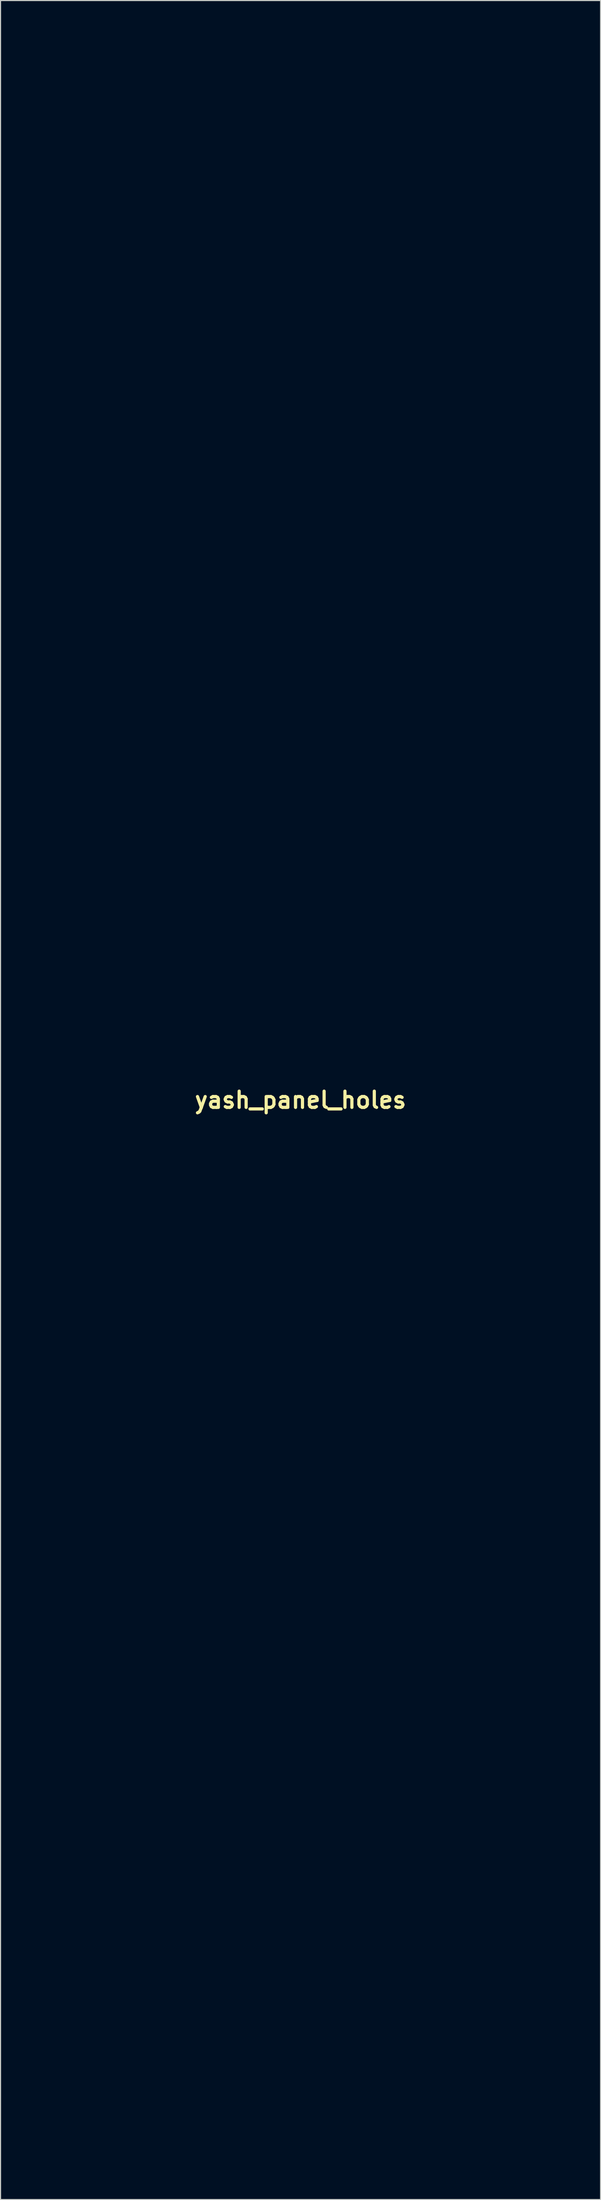
<source format=kicad_pcb>
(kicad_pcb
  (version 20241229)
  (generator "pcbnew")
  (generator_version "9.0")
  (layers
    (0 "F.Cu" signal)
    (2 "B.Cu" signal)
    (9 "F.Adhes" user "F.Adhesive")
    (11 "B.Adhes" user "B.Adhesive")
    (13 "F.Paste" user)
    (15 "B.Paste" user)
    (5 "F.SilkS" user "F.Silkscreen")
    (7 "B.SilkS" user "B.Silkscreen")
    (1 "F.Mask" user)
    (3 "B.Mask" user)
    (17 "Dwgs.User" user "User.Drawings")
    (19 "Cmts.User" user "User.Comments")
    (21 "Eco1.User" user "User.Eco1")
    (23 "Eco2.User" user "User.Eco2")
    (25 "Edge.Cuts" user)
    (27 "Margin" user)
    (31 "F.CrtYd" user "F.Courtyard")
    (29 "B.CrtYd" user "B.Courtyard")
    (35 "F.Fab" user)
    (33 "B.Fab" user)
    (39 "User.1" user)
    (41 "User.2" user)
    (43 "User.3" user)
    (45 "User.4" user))
  (footprint "yash_panel_holes"
    (layer "F.Cu")
    (at 25.2 100.247)
    (property "Reference" "yash_panel_holes" (at 0 0 0) (layer "F.SilkS") (effects (font (size 1.524 1.524) (thickness 0.3))))
    (attr board_only exclude_from_pos_files exclude_from_bom)
    (fp_poly (pts (xy 25.15 100.197) (xy -25.15 100.197) (xy -25.15 99.922) (xy -24.874 99.922) (xy 24.874 99.922) (xy 24.874 -99.922) (xy -24.874 -99.922) (xy -24.874 99.922) (xy -25.15 99.922) (xy -25.15 -100.197) (xy 25.15 -100.197)) (stroke (width 0.1) (type solid)) (fill no) (layer "Eco1.User"))
    (fp_poly (pts (xy 0.45 67.615) (xy 0.779 67.7) (xy 1.094 67.828) (xy 1.39 67.996) (xy 1.662 68.203) (xy 1.904 68.447) (xy 2.045 68.626) (xy 2.144 68.782) (xy 2.242 68.969) (xy 2.331 69.167) (xy 2.403 69.359) (xy 2.43 69.449) (xy 2.471 69.651) (xy 2.494 69.881) (xy 2.501 70.122) (xy 2.49 70.354) (xy 2.461 70.561) (xy 2.461 70.564) (xy 2.366 70.904) (xy 2.23 71.22) (xy 2.056 71.509) (xy 1.849 71.769) (xy 1.61 71.999) (xy 1.345 72.194) (xy 1.057 72.353) (xy 0.748 72.473) (xy 0.424 72.551) (xy 0.087 72.586) (xy -0.259 72.574) (xy -0.389 72.557) (xy -0.727 72.48) (xy -1.045 72.358) (xy -1.342 72.196) (xy -1.613 71.995) (xy -1.855 71.761) (xy -2.065 71.495) (xy -2.239 71.201) (xy -2.373 70.883) (xy -2.46 70.567) (xy -2.49 70.359) (xy -2.499 70.163) (xy -1.002 70.163) (xy -0.125 70.163) (xy -0.125 71.065) (xy 0.125 71.065) (xy 0.125 70.163) (xy 1.002 70.163) (xy 1.002 69.913) (xy 0.125 69.913) (xy 0.125 69.086) (xy -0.125 69.086) (xy -0.125 69.913) (xy -1.002 69.913) (xy -1.002 70.163) (xy -2.499 70.163) (xy -2.501 70.125) (xy -2.495 69.882) (xy -2.471 69.651) (xy -2.43 69.449) (xy -2.316 69.117) (xy -2.16 68.808) (xy -1.965 68.527) (xy -1.737 68.276) (xy -1.477 68.058) (xy -1.19 67.877) (xy -0.88 67.735) (xy -0.55 67.635) (xy -0.232 67.584) (xy 0.111 67.576)) (stroke (width 0.1) (type solid)) (fill no) (layer "Eco1.User"))
    (fp_poly (pts (xy -20.43 95.458) (xy -20.164 95.46) (xy -19.907 95.462) (xy -19.665 95.465) (xy -19.442 95.469) (xy -19.245 95.474) (xy -19.078 95.48) (xy -18.947 95.487) (xy -18.857 95.495) (xy -18.824 95.501) (xy -18.595 95.577) (xy -18.387 95.688) (xy -18.19 95.838) (xy -18.085 95.937) (xy -17.9 96.149) (xy -17.763 96.37) (xy -17.671 96.605) (xy -17.621 96.86) (xy -17.61 97.067) (xy -17.634 97.34) (xy -17.703 97.601) (xy -17.814 97.844) (xy -17.964 98.065) (xy -18.149 98.258) (xy -18.364 98.421) (xy -18.606 98.546) (xy -18.827 98.62) (xy -18.868 98.63) (xy -18.911 98.638) (xy -18.958 98.646) (xy -19.015 98.652) (xy -19.085 98.656) (xy -19.172 98.66) (xy -19.281 98.663) (xy -19.415 98.665) (xy -19.578 98.667) (xy -19.776 98.668) (xy -20.011 98.668) (xy -20.288 98.668) (xy -20.61 98.668) (xy -20.626 98.668) (xy -20.951 98.667) (xy -21.231 98.667) (xy -21.468 98.666) (xy -21.667 98.665) (xy -21.833 98.663) (xy -21.968 98.661) (xy -22.078 98.658) (xy -22.166 98.654) (xy -22.236 98.649) (xy -22.293 98.643) (xy -22.34 98.635) (xy -22.381 98.627) (xy -22.414 98.619) (xy -22.676 98.525) (xy -22.915 98.389) (xy -23.127 98.216) (xy -23.307 98.01) (xy -23.451 97.777) (xy -23.554 97.519) (xy -23.585 97.401) (xy -23.618 97.144) (xy -23.607 96.878) (xy -23.555 96.615) (xy -23.463 96.366) (xy -23.358 96.178) (xy -23.201 95.982) (xy -23.006 95.807) (xy -22.786 95.66) (xy -22.551 95.549) (xy -22.403 95.502) (xy -22.342 95.493) (xy -22.237 95.486) (xy -22.092 95.479) (xy -21.914 95.473) (xy -21.707 95.468) (xy -21.476 95.464) (xy -21.228 95.461) (xy -20.967 95.459) (xy -20.699 95.458)) (stroke (width 0.1) (type solid)) (fill no) (layer "Eco1.User"))
    (fp_poly (pts (xy 20.797 95.459) (xy 21.063 95.46) (xy 21.319 95.462) (xy 21.562 95.465) (xy 21.784 95.47) (xy 21.982 95.475) (xy 22.149 95.481) (xy 22.28 95.488) (xy 22.37 95.496) (xy 22.403 95.502) (xy 22.661 95.592) (xy 22.895 95.723) (xy 23.103 95.888) (xy 23.279 96.082) (xy 23.423 96.302) (xy 23.53 96.541) (xy 23.597 96.795) (xy 23.622 97.058) (xy 23.6 97.326) (xy 23.585 97.401) (xy 23.501 97.668) (xy 23.374 97.913) (xy 23.209 98.131) (xy 23.01 98.319) (xy 22.781 98.471) (xy 22.527 98.583) (xy 22.404 98.62) (xy 22.363 98.63) (xy 22.32 98.638) (xy 22.273 98.646) (xy 22.216 98.652) (xy 22.147 98.656) (xy 22.059 98.66) (xy 21.951 98.663) (xy 21.817 98.665) (xy 21.653 98.667) (xy 21.455 98.668) (xy 21.22 98.668) (xy 20.944 98.668) (xy 20.621 98.668) (xy 20.605 98.668) (xy 20.28 98.667) (xy 20 98.667) (xy 19.763 98.666) (xy 19.564 98.665) (xy 19.398 98.663) (xy 19.263 98.661) (xy 19.153 98.658) (xy 19.065 98.654) (xy 18.995 98.649) (xy 18.938 98.643) (xy 18.892 98.635) (xy 18.85 98.627) (xy 18.817 98.619) (xy 18.55 98.523) (xy 18.307 98.386) (xy 18.092 98.208) (xy 17.908 97.993) (xy 17.761 97.748) (xy 17.669 97.512) (xy 17.62 97.258) (xy 17.61 97.066) (xy 17.63 96.792) (xy 17.69 96.543) (xy 17.794 96.312) (xy 17.944 96.093) (xy 18.085 95.937) (xy 18.281 95.763) (xy 18.481 95.632) (xy 18.698 95.538) (xy 18.824 95.501) (xy 18.884 95.492) (xy 18.989 95.484) (xy 19.134 95.478) (xy 19.313 95.472) (xy 19.52 95.467) (xy 19.75 95.463) (xy 19.999 95.461) (xy 20.259 95.459) (xy 20.527 95.458)) (stroke (width 0.1) (type solid)) (fill no) (layer "Eco1.User"))
    (fp_poly (pts (xy -20.292 -98.669) (xy -20.014 -98.669) (xy -19.778 -98.668) (xy -19.58 -98.667) (xy -19.416 -98.666) (xy -19.281 -98.663) (xy -19.172 -98.66) (xy -19.085 -98.656) (xy -19.014 -98.652) (xy -18.958 -98.645) (xy -18.91 -98.638) (xy -18.868 -98.63) (xy -18.827 -98.62) (xy -18.562 -98.528) (xy -18.322 -98.395) (xy -18.111 -98.228) (xy -17.932 -98.029) (xy -17.789 -97.803) (xy -17.686 -97.556) (xy -17.625 -97.291) (xy -17.61 -97.067) (xy -17.631 -96.787) (xy -17.695 -96.531) (xy -17.803 -96.295) (xy -17.958 -96.074) (xy -18.073 -95.949) (xy -18.26 -95.779) (xy -18.449 -95.652) (xy -18.651 -95.558) (xy -18.786 -95.515) (xy -18.825 -95.504) (xy -18.864 -95.496) (xy -18.907 -95.488) (xy -18.958 -95.482) (xy -19.022 -95.477) (xy -19.101 -95.473) (xy -19.2 -95.47) (xy -19.324 -95.467) (xy -19.475 -95.466) (xy -19.659 -95.465) (xy -19.878 -95.464) (xy -20.137 -95.464) (xy -20.441 -95.465) (xy -20.628 -95.465) (xy -20.959 -95.465) (xy -21.244 -95.466) (xy -21.487 -95.467) (xy -21.692 -95.468) (xy -21.862 -95.47) (xy -22.001 -95.472) (xy -22.114 -95.475) (xy -22.203 -95.479) (xy -22.274 -95.484) (xy -22.33 -95.49) (xy -22.375 -95.497) (xy -22.413 -95.505) (xy -22.439 -95.512) (xy -22.663 -95.592) (xy -22.863 -95.701) (xy -23.052 -95.847) (xy -23.136 -95.926) (xy -23.322 -96.138) (xy -23.46 -96.361) (xy -23.554 -96.603) (xy -23.606 -96.867) (xy -23.614 -96.968) (xy -23.607 -97.248) (xy -23.553 -97.516) (xy -23.457 -97.766) (xy -23.321 -97.996) (xy -23.148 -98.199) (xy -22.943 -98.372) (xy -22.707 -98.51) (xy -22.446 -98.609) (xy -22.404 -98.62) (xy -22.362 -98.63) (xy -22.32 -98.638) (xy -22.272 -98.646) (xy -22.215 -98.652) (xy -22.144 -98.657) (xy -22.056 -98.66) (xy -21.947 -98.663) (xy -21.811 -98.666) (xy -21.646 -98.667) (xy -21.447 -98.668) (xy -21.21 -98.669) (xy -20.931 -98.669) (xy -20.616 -98.669)) (stroke (width 0.1) (type solid)) (fill no) (layer "Eco1.User"))
    (fp_poly (pts (xy 20.939 -98.669) (xy 21.217 -98.669) (xy 21.453 -98.668) (xy 21.651 -98.667) (xy 21.815 -98.666) (xy 21.95 -98.663) (xy 22.059 -98.66) (xy 22.147 -98.656) (xy 22.217 -98.652) (xy 22.274 -98.645) (xy 22.321 -98.638) (xy 22.364 -98.63) (xy 22.404 -98.62) (xy 22.668 -98.527) (xy 22.909 -98.393) (xy 23.122 -98.221) (xy 23.303 -98.017) (xy 23.448 -97.783) (xy 23.552 -97.526) (xy 23.585 -97.402) (xy 23.619 -97.137) (xy 23.607 -96.872) (xy 23.551 -96.613) (xy 23.455 -96.366) (xy 23.321 -96.137) (xy 23.152 -95.933) (xy 22.952 -95.759) (xy 22.739 -95.63) (xy 22.674 -95.598) (xy 22.615 -95.571) (xy 22.558 -95.548) (xy 22.498 -95.528) (xy 22.432 -95.512) (xy 22.356 -95.498) (xy 22.264 -95.488) (xy 22.155 -95.48) (xy 22.022 -95.474) (xy 21.863 -95.469) (xy 21.674 -95.467) (xy 21.45 -95.465) (xy 21.187 -95.465) (xy 20.881 -95.464) (xy 20.591 -95.465) (xy 20.264 -95.465) (xy 19.983 -95.465) (xy 19.744 -95.466) (xy 19.543 -95.467) (xy 19.377 -95.468) (xy 19.24 -95.47) (xy 19.13 -95.473) (xy 19.042 -95.477) (xy 18.972 -95.481) (xy 18.916 -95.487) (xy 18.871 -95.494) (xy 18.832 -95.502) (xy 18.794 -95.512) (xy 18.762 -95.521) (xy 18.56 -95.595) (xy 18.38 -95.693) (xy 18.208 -95.823) (xy 18.073 -95.949) (xy 17.889 -96.163) (xy 17.753 -96.39) (xy 17.663 -96.634) (xy 17.618 -96.899) (xy 17.61 -97.066) (xy 17.615 -97.191) (xy 17.628 -97.32) (xy 17.646 -97.429) (xy 17.648 -97.437) (xy 17.733 -97.694) (xy 17.862 -97.93) (xy 18.029 -98.143) (xy 18.229 -98.326) (xy 18.457 -98.475) (xy 18.71 -98.585) (xy 18.827 -98.62) (xy 18.869 -98.63) (xy 18.911 -98.638) (xy 18.959 -98.646) (xy 19.016 -98.652) (xy 19.087 -98.657) (xy 19.175 -98.66) (xy 19.284 -98.663) (xy 19.42 -98.666) (xy 19.585 -98.667) (xy 19.784 -98.668) (xy 20.021 -98.669) (xy 20.3 -98.669) (xy 20.616 -98.669)) (stroke (width 0.1) (type solid)) (fill no) (layer "Eco1.User"))
    (fp_poly (pts (xy -12.194 70.05) (xy -11.725 70.101) (xy -11.264 70.196) (xy -10.814 70.334) (xy -10.38 70.514) (xy -9.962 70.734) (xy -9.566 70.995) (xy -9.193 71.294) (xy -8.846 71.632) (xy -8.53 72.007) (xy -8.31 72.317) (xy -8.061 72.743) (xy -7.858 73.186) (xy -7.701 73.641) (xy -7.589 74.106) (xy -7.522 74.577) (xy -7.5 75.051) (xy -7.523 75.525) (xy -7.591 75.995) (xy -7.704 76.458) (xy -7.86 76.91) (xy -8.061 77.349) (xy -8.305 77.771) (xy -8.593 78.172) (xy -8.671 78.267) (xy -9.005 78.629) (xy -9.373 78.955) (xy -9.77 79.242) (xy -10.193 79.489) (xy -10.639 79.695) (xy -11.104 79.856) (xy -11.585 79.972) (xy -11.979 80.031) (xy -12.102 80.041) (xy -12.258 80.048) (xy -12.432 80.052) (xy -12.609 80.053) (xy -12.774 80.051) (xy -12.912 80.046) (xy -12.976 80.041) (xy -13.469 79.968) (xy -13.945 79.849) (xy -14.402 79.686) (xy -14.837 79.483) (xy -15.248 79.24) (xy -15.633 78.961) (xy -15.989 78.647) (xy -16.314 78.301) (xy -16.606 77.925) (xy -16.862 77.522) (xy -17.079 77.092) (xy -17.257 76.64) (xy -17.391 76.167) (xy -17.471 75.746) (xy -17.503 75.418) (xy -17.51 75.173) (xy -15.005 75.173) (xy -12.625 75.173) (xy -12.625 77.553) (xy -12.374 77.553) (xy -12.374 75.173) (xy -10.02 75.173) (xy -10.02 74.922) (xy -12.374 74.922) (xy -12.38 73.739) (xy -12.387 72.555) (xy -12.506 72.548) (xy -12.625 72.54) (xy -12.625 74.922) (xy -15.005 74.922) (xy -15.005 75.173) (xy -17.51 75.173) (xy -17.513 75.063) (xy -17.499 74.696) (xy -17.463 74.334) (xy -17.406 73.993) (xy -17.372 73.845) (xy -17.229 73.374) (xy -17.042 72.922) (xy -16.813 72.492) (xy -16.545 72.087) (xy -16.24 71.711) (xy -15.902 71.365) (xy -15.532 71.054) (xy -15.134 70.78) (xy -14.709 70.547) (xy -14.56 70.478) (xy -14.094 70.298) (xy -13.622 70.166) (xy -13.146 70.082) (xy -12.669 70.043)) (stroke (width 0.1) (type solid)) (fill no) (layer "Eco1.User"))
    (fp_poly (pts (xy 0.237 -53.526) (xy 0.442 -53.511) (xy 0.594 -53.491) (xy 0.991 -53.399) (xy 1.371 -53.262) (xy 1.732 -53.082) (xy 2.069 -52.862) (xy 2.378 -52.606) (xy 2.658 -52.317) (xy 2.903 -51.997) (xy 3.111 -51.65) (xy 3.279 -51.278) (xy 3.329 -51.138) (xy 3.388 -50.948) (xy 3.432 -50.779) (xy 3.463 -50.618) (xy 3.482 -50.449) (xy 3.491 -50.259) (xy 3.494 -50.036) (xy 3.491 -49.8) (xy 3.479 -49.599) (xy 3.457 -49.419) (xy 3.422 -49.246) (xy 3.373 -49.066) (xy 3.313 -48.885) (xy 3.155 -48.502) (xy 2.955 -48.145) (xy 2.717 -47.816) (xy 2.444 -47.518) (xy 2.138 -47.253) (xy 1.804 -47.025) (xy 1.444 -46.836) (xy 1.062 -46.69) (xy 0.665 -46.588) (xy 0.536 -46.568) (xy 0.38 -46.551) (xy 0.21 -46.537) (xy 0.04 -46.528) (xy -0.116 -46.524) (xy -0.244 -46.527) (xy -0.301 -46.531) (xy -0.723 -46.601) (xy -1.113 -46.706) (xy -1.475 -46.848) (xy -1.812 -47.03) (xy -2.131 -47.254) (xy -2.435 -47.522) (xy -2.48 -47.567) (xy -2.761 -47.88) (xy -2.996 -48.211) (xy -3.186 -48.563) (xy -3.335 -48.94) (xy -3.444 -49.346) (xy -3.447 -49.36) (xy -3.471 -49.514) (xy -3.487 -49.703) (xy -3.495 -49.898) (xy -2.505 -49.898) (xy -0.125 -49.898) (xy -0.125 -47.544) (xy 0.125 -47.544) (xy 0.125 -49.898) (xy 2.505 -49.898) (xy 2.505 -50.149) (xy 0.125 -50.149) (xy 0.125 -52.528) (xy -0.125 -52.528) (xy -0.125 -50.149) (xy -2.505 -50.149) (xy -2.505 -49.898) (xy -3.495 -49.898) (xy -3.495 -49.912) (xy -3.496 -50.129) (xy -3.489 -50.339) (xy -3.475 -50.528) (xy -3.452 -50.684) (xy -3.449 -50.7) (xy -3.337 -51.116) (xy -3.185 -51.503) (xy -2.991 -51.863) (xy -2.755 -52.198) (xy -2.481 -52.504) (xy -2.164 -52.788) (xy -1.823 -53.027) (xy -1.46 -53.222) (xy -1.073 -53.372) (xy -0.663 -53.478) (xy -0.576 -53.495) (xy -0.406 -53.516) (xy -0.203 -53.528) (xy 0.016 -53.532)) (stroke (width 0.1) (type solid)) (fill no) (layer "Eco1.User"))
    (fp_poly (pts (xy -11.82 45.071) (xy -11.343 45.159) (xy -10.88 45.293) (xy -10.721 45.351) (xy -10.266 45.552) (xy -9.836 45.797) (xy -9.433 46.081) (xy -9.06 46.403) (xy -8.72 46.76) (xy -8.415 47.15) (xy -8.149 47.569) (xy -8.028 47.795) (xy -7.828 48.247) (xy -7.676 48.71) (xy -7.571 49.182) (xy -7.512 49.659) (xy -7.5 50.139) (xy -7.533 50.616) (xy -7.611 51.088) (xy -7.735 51.551) (xy -7.903 52.003) (xy -8.115 52.438) (xy -8.371 52.855) (xy -8.591 53.151) (xy -8.924 53.528) (xy -9.288 53.866) (xy -9.681 54.165) (xy -10.1 54.423) (xy -10.541 54.639) (xy -11.003 54.81) (xy -11.482 54.935) (xy -11.82 54.994) (xy -11.993 55.012) (xy -12.199 55.024) (xy -12.425 55.03) (xy -12.655 55.029) (xy -12.876 55.023) (xy -13.074 55.01) (xy -13.226 54.992) (xy -13.716 54.893) (xy -14.187 54.75) (xy -14.636 54.564) (xy -15.061 54.339) (xy -15.461 54.076) (xy -15.832 53.778) (xy -16.172 53.447) (xy -16.48 53.086) (xy -16.752 52.696) (xy -16.987 52.281) (xy -17.182 51.842) (xy -17.335 51.381) (xy -17.443 50.902) (xy -17.47 50.729) (xy -17.492 50.523) (xy -17.504 50.285) (xy -17.506 50.148) (xy -15.005 50.148) (xy -13.821 50.155) (xy -12.637 50.161) (xy -12.631 51.345) (xy -12.624 52.528) (xy -12.374 52.528) (xy -12.374 50.149) (xy -10.02 50.149) (xy -10.02 49.898) (xy -12.374 49.898) (xy -12.374 47.544) (xy -12.625 47.544) (xy -12.625 49.898) (xy -15.005 49.898) (xy -15.005 50.148) (xy -17.506 50.148) (xy -17.508 50.031) (xy -17.504 49.777) (xy -17.491 49.539) (xy -17.47 49.343) (xy -17.377 48.849) (xy -17.237 48.373) (xy -17.052 47.919) (xy -16.822 47.485) (xy -16.546 47.073) (xy -16.226 46.685) (xy -16.119 46.57) (xy -15.75 46.22) (xy -15.356 45.915) (xy -14.938 45.652) (xy -14.496 45.434) (xy -14.029 45.26) (xy -13.749 45.179) (xy -13.276 45.082) (xy -12.793 45.032) (xy -12.306 45.029)) (stroke (width 0.1) (type solid)) (fill no) (layer "Eco1.User"))
    (fp_poly (pts (xy 12.792 45.032) (xy 13.281 45.084) (xy 13.769 45.184) (xy 13.789 45.189) (xy 14.253 45.336) (xy 14.7 45.528) (xy 15.127 45.764) (xy 15.529 46.04) (xy 15.904 46.354) (xy 16.248 46.704) (xy 16.559 47.088) (xy 16.799 47.446) (xy 17.034 47.878) (xy 17.221 48.327) (xy 17.362 48.792) (xy 17.456 49.275) (xy 17.503 49.776) (xy 17.509 50.04) (xy 17.49 50.516) (xy 17.43 50.968) (xy 17.328 51.405) (xy 17.182 51.834) (xy 16.99 52.264) (xy 16.983 52.278) (xy 16.737 52.713) (xy 16.454 53.117) (xy 16.135 53.488) (xy 15.783 53.824) (xy 15.4 54.123) (xy 14.99 54.384) (xy 14.554 54.604) (xy 14.095 54.783) (xy 13.617 54.917) (xy 13.198 54.995) (xy 13.034 55.012) (xy 12.835 55.024) (xy 12.614 55.03) (xy 12.386 55.029) (xy 12.165 55.023) (xy 11.964 55.011) (xy 11.799 54.994) (xy 11.798 54.993) (xy 11.312 54.898) (xy 10.837 54.754) (xy 10.377 54.565) (xy 9.939 54.332) (xy 9.526 54.058) (xy 9.497 54.036) (xy 9.352 53.919) (xy 9.188 53.774) (xy 9.017 53.613) (xy 8.852 53.446) (xy 8.704 53.286) (xy 8.593 53.156) (xy 8.303 52.752) (xy 8.056 52.325) (xy 7.853 51.879) (xy 7.695 51.417) (xy 7.582 50.943) (xy 7.516 50.46) (xy 7.504 50.149) (xy 10.02 50.149) (xy 12.374 50.149) (xy 12.374 52.528) (xy 12.624 52.528) (xy 12.631 51.345) (xy 12.637 50.161) (xy 13.821 50.155) (xy 15.005 50.148) (xy 15.005 49.898) (xy 12.625 49.898) (xy 12.625 47.544) (xy 12.374 47.544) (xy 12.374 49.898) (xy 10.02 49.898) (xy 10.02 50.149) (xy 7.504 50.149) (xy 7.497 49.973) (xy 7.527 49.483) (xy 7.58 49.125) (xy 7.685 48.674) (xy 7.83 48.242) (xy 8.02 47.815) (xy 8.062 47.731) (xy 8.313 47.301) (xy 8.6 46.903) (xy 8.919 46.54) (xy 9.268 46.212) (xy 9.645 45.922) (xy 10.045 45.67) (xy 10.467 45.457) (xy 10.907 45.285) (xy 11.363 45.155) (xy 11.831 45.069) (xy 12.308 45.028)) (stroke (width 0.1) (type solid)) (fill no) (layer "Eco1.User"))
    (fp_poly (pts (xy 0.147 -3.496) (xy 0.371 -3.484) (xy 0.574 -3.462) (xy 0.724 -3.436) (xy 1.136 -3.319) (xy 1.523 -3.16) (xy 1.882 -2.961) (xy 2.212 -2.723) (xy 2.511 -2.45) (xy 2.777 -2.143) (xy 3.006 -1.804) (xy 3.198 -1.436) (xy 3.349 -1.041) (xy 3.447 -0.676) (xy 3.466 -0.576) (xy 3.479 -0.467) (xy 3.488 -0.34) (xy 3.493 -0.183) (xy 3.494 0) (xy 3.492 0.194) (xy 3.488 0.349) (xy 3.479 0.475) (xy 3.465 0.582) (xy 3.447 0.676) (xy 3.332 1.095) (xy 3.175 1.488) (xy 2.977 1.854) (xy 2.74 2.19) (xy 2.466 2.495) (xy 2.155 2.766) (xy 1.81 3.003) (xy 1.56 3.14) (xy 1.277 3.27) (xy 1.004 3.366) (xy 0.727 3.434) (xy 0.432 3.475) (xy 0.105 3.493) (xy 0.088 3.494) (xy -0.059 3.496) (xy -0.193 3.497) (xy -0.305 3.496) (xy -0.383 3.494) (xy -0.413 3.491) (xy -0.832 3.408) (xy -1.217 3.289) (xy -1.557 3.142) (xy -1.925 2.93) (xy -2.26 2.681) (xy -2.56 2.399) (xy -2.822 2.083) (xy -3.046 1.737) (xy -3.231 1.362) (xy -3.375 0.96) (xy -3.447 0.676) (xy -3.466 0.576) (xy -3.479 0.467) (xy -3.488 0.34) (xy -3.493 0.183) (xy -3.493 0.125) (xy -2.505 0.125) (xy -0.125 0.125) (xy -0.125 2.505) (xy 0.125 2.505) (xy 0.125 0.125) (xy 2.505 0.125) (xy 2.505 -0.125) (xy 0.125 -0.125) (xy 0.125 -2.505) (xy -0.125 -2.505) (xy -0.125 -0.125) (xy -2.505 -0.125) (xy -2.505 0.125) (xy -3.493 0.125) (xy -3.494 0) (xy -3.491 -0.222) (xy -3.482 -0.408) (xy -3.465 -0.572) (xy -3.437 -0.728) (xy -3.397 -0.89) (xy -3.341 -1.071) (xy -3.33 -1.106) (xy -3.26 -1.295) (xy -3.167 -1.503) (xy -3.062 -1.708) (xy -2.956 -1.891) (xy -2.923 -1.941) (xy -2.667 -2.279) (xy -2.378 -2.579) (xy -2.057 -2.841) (xy -1.707 -3.063) (xy -1.328 -3.245) (xy -0.923 -3.385) (xy -0.676 -3.447) (xy -0.509 -3.474) (xy -0.307 -3.491) (xy -0.083 -3.498)) (stroke (width 0.1) (type solid)) (fill no) (layer "Eco1.User"))
    (fp_poly (pts (xy 12.917 70.056) (xy 13.004 70.064) (xy 13.496 70.138) (xy 13.971 70.258) (xy 14.427 70.422) (xy 14.862 70.628) (xy 15.274 70.873) (xy 15.659 71.155) (xy 16.015 71.472) (xy 16.339 71.822) (xy 16.63 72.203) (xy 16.884 72.613) (xy 17.1 73.049) (xy 17.273 73.509) (xy 17.359 73.806) (xy 17.402 73.978) (xy 17.435 74.125) (xy 17.459 74.26) (xy 17.476 74.393) (xy 17.488 74.535) (xy 17.494 74.699) (xy 17.497 74.893) (xy 17.497 75.048) (xy 17.496 75.27) (xy 17.492 75.453) (xy 17.485 75.608) (xy 17.472 75.747) (xy 17.452 75.879) (xy 17.425 76.017) (xy 17.389 76.171) (xy 17.359 76.289) (xy 17.212 76.765) (xy 17.023 77.217) (xy 16.792 77.644) (xy 16.523 78.043) (xy 16.219 78.413) (xy 15.882 78.752) (xy 15.514 79.056) (xy 15.117 79.325) (xy 14.695 79.555) (xy 14.249 79.745) (xy 13.782 79.893) (xy 13.297 79.996) (xy 13.038 80.032) (xy 12.882 80.044) (xy 12.694 80.051) (xy 12.488 80.053) (xy 12.283 80.05) (xy 12.095 80.042) (xy 11.949 80.029) (xy 11.46 79.949) (xy 10.988 79.822) (xy 10.535 79.652) (xy 10.103 79.441) (xy 9.696 79.191) (xy 9.315 78.904) (xy 8.963 78.583) (xy 8.643 78.23) (xy 8.357 77.847) (xy 8.107 77.437) (xy 7.897 77.001) (xy 7.728 76.542) (xy 7.603 76.063) (xy 7.602 76.059) (xy 7.526 75.569) (xy 7.504 75.173) (xy 10.02 75.173) (xy 12.374 75.173) (xy 12.374 77.553) (xy 12.625 77.553) (xy 12.625 75.173) (xy 15.005 75.173) (xy 15.005 74.922) (xy 12.625 74.922) (xy 12.625 72.54) (xy 12.387 72.555) (xy 12.38 73.739) (xy 12.374 74.922) (xy 10.02 74.922) (xy 10.02 75.173) (xy 7.504 75.173) (xy 7.499 75.077) (xy 7.52 74.588) (xy 7.589 74.104) (xy 7.706 73.628) (xy 7.869 73.165) (xy 8.078 72.717) (xy 8.332 72.288) (xy 8.339 72.277) (xy 8.632 71.88) (xy 8.96 71.517) (xy 9.318 71.191) (xy 9.705 70.902) (xy 10.116 70.651) (xy 10.548 70.442) (xy 10.999 70.274) (xy 11.464 70.15) (xy 11.941 70.072) (xy 12.427 70.04)) (stroke (width 0.1) (type solid)) (fill no) (layer "Eco1.User")))
  (gr_rect
    (start -3 -3)
    (end 53.399 203.494)
    (stroke (width 0.1) (type default))
    (fill no)
    (layer "Edge.Cuts")))
</source>
